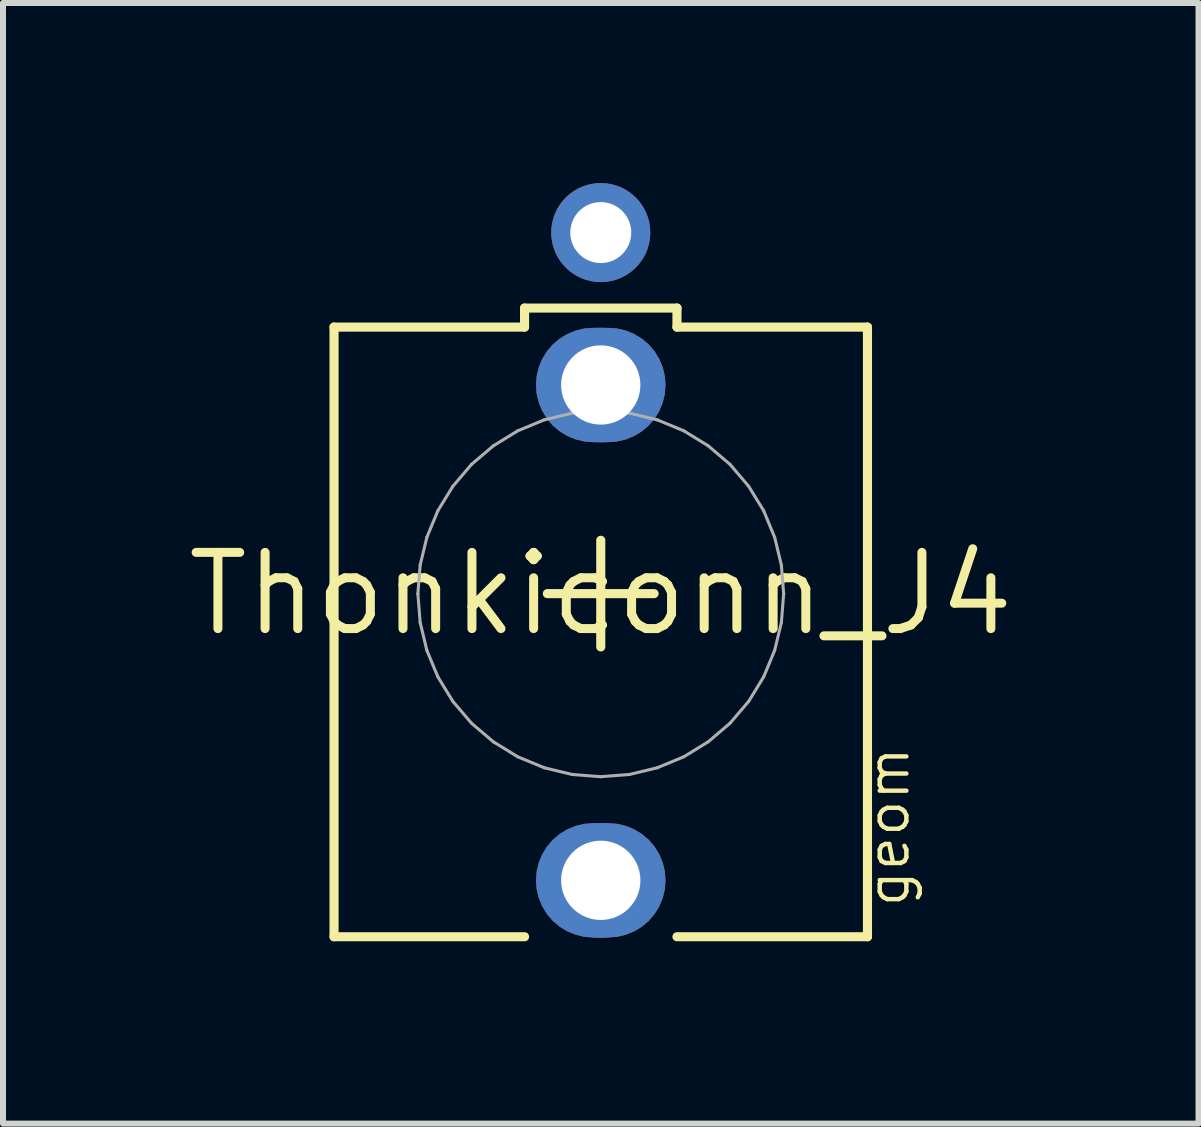
<source format=kicad_pcb>
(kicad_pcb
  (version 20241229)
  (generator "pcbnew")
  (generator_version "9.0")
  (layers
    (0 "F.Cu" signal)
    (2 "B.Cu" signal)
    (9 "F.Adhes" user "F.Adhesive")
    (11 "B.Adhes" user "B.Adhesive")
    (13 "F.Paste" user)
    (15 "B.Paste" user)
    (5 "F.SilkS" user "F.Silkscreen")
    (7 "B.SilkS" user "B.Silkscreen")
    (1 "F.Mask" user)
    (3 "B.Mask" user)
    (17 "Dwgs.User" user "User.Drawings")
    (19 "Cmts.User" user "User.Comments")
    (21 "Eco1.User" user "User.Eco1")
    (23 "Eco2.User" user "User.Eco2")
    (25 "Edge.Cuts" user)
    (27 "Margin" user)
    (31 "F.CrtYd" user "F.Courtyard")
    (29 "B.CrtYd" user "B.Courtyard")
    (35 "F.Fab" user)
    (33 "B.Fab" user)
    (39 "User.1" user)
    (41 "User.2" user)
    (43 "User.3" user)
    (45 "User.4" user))
  (footprint "Thonkiconn_J4"
    (layer "F.Cu")
    (at 6.962 6.846)
    (property "Reference" "Thonkiconn_J4" (at 0 0 0) (layer "F.SilkS") (effects (font (size 1.27 1.27) (thickness 0.15))))
    (fp_poly (pts (xy 0.276 -4.421) (xy 0.421 -4.386) (xy 0.559 -4.329) (xy 0.687 -4.251) (xy 0.801 -4.154) (xy 0.898 -4.04) (xy 0.976 -3.912) (xy 1.033 -3.774) (xy 1.068 -3.629) (xy 1.079 -3.48) (xy 1.068 -3.331) (xy 1.033 -3.186) (xy 0.976 -3.048) (xy 0.898 -2.92) (xy 0.801 -2.806) (xy 0.687 -2.709) (xy 0.559 -2.631) (xy 0.421 -2.574) (xy 0.276 -2.539) (xy 0.127 -2.527) (xy -0.127 -2.527) (xy -0.276 -2.539) (xy -0.421 -2.574) (xy -0.559 -2.631) (xy -0.687 -2.709) (xy -0.801 -2.806) (xy -0.898 -2.92) (xy -0.976 -3.048) (xy -1.033 -3.186) (xy -1.068 -3.331) (xy -1.079 -3.48) (xy -1.068 -3.629) (xy -1.033 -3.774) (xy -0.976 -3.912) (xy -0.898 -4.04) (xy -0.801 -4.154) (xy -0.687 -4.251) (xy -0.559 -4.329) (xy -0.421 -4.386) (xy -0.276 -4.421) (xy -0.127 -4.432) (xy 0.127 -4.432)) (stroke (width 0) (type default)) (fill yes) (layer "F.Cu"))
    (fp_poly (pts (xy 0.276 3.834) (xy 0.421 3.869) (xy 0.559 3.926) (xy 0.687 4.004) (xy 0.801 4.101) (xy 0.898 4.215) (xy 0.976 4.343) (xy 1.033 4.481) (xy 1.068 4.626) (xy 1.079 4.775) (xy 1.068 4.924) (xy 1.033 5.069) (xy 0.976 5.207) (xy 0.898 5.335) (xy 0.801 5.449) (xy 0.687 5.546) (xy 0.559 5.624) (xy 0.421 5.681) (xy 0.276 5.716) (xy 0.127 5.728) (xy -0.127 5.728) (xy -0.276 5.716) (xy -0.421 5.681) (xy -0.559 5.624) (xy -0.687 5.546) (xy -0.801 5.449) (xy -0.898 5.335) (xy -0.976 5.207) (xy -1.033 5.069) (xy -1.068 4.924) (xy -1.079 4.775) (xy -1.068 4.626) (xy -1.033 4.481) (xy -0.976 4.343) (xy -0.898 4.215) (xy -0.801 4.101) (xy -0.687 4.004) (xy -0.559 3.926) (xy -0.421 3.869) (xy -0.276 3.834) (xy -0.127 3.823) (xy 0.127 3.823)) (stroke (width 0) (type default)) (fill yes) (layer "F.Cu"))
    (fp_poly (pts (xy 0.292 -4.522) (xy 0.453 -4.483) (xy 0.606 -4.42) (xy 0.748 -4.334) (xy 0.873 -4.226) (xy 0.981 -4.1) (xy 1.067 -3.958) (xy 1.131 -3.806) (xy 1.169 -3.645) (xy 1.182 -3.48) (xy 1.169 -3.315) (xy 1.131 -3.154) (xy 1.067 -3.001) (xy 0.981 -2.859) (xy 0.873 -2.733) (xy 0.748 -2.626) (xy 0.606 -2.54) (xy 0.453 -2.476) (xy 0.292 -2.438) (xy 0.127 -2.425) (xy -0.127 -2.425) (xy -0.292 -2.438) (xy -0.453 -2.476) (xy -0.606 -2.54) (xy -0.748 -2.626) (xy -0.873 -2.733) (xy -0.981 -2.859) (xy -1.067 -3.001) (xy -1.131 -3.154) (xy -1.169 -3.315) (xy -1.182 -3.48) (xy -1.169 -3.645) (xy -1.131 -3.806) (xy -1.067 -3.958) (xy -0.981 -4.1) (xy -0.873 -4.226) (xy -0.748 -4.334) (xy -0.606 -4.42) (xy -0.453 -4.483) (xy -0.292 -4.522) (xy -0.127 -4.535) (xy 0.127 -4.535)) (stroke (width 0) (type default)) (fill yes) (layer "F.Mask"))
    (fp_poly (pts (xy 0.292 3.733) (xy 0.453 3.772) (xy 0.606 3.835) (xy 0.748 3.921) (xy 0.873 4.029) (xy 0.981 4.155) (xy 1.067 4.297) (xy 1.131 4.449) (xy 1.169 4.61) (xy 1.182 4.775) (xy 1.169 4.94) (xy 1.131 5.101) (xy 1.067 5.254) (xy 0.981 5.396) (xy 0.873 5.522) (xy 0.748 5.629) (xy 0.606 5.715) (xy 0.453 5.779) (xy 0.292 5.817) (xy 0.127 5.83) (xy -0.127 5.83) (xy -0.292 5.817) (xy -0.453 5.779) (xy -0.606 5.715) (xy -0.748 5.629) (xy -0.873 5.522) (xy -0.981 5.396) (xy -1.067 5.254) (xy -1.131 5.101) (xy -1.169 4.94) (xy -1.182 4.775) (xy -1.169 4.61) (xy -1.131 4.449) (xy -1.067 4.297) (xy -0.981 4.155) (xy -0.873 4.029) (xy -0.748 3.921) (xy -0.606 3.835) (xy -0.453 3.772) (xy -0.292 3.733) (xy -0.127 3.72) (xy 0.127 3.72)) (stroke (width 0) (type default)) (fill yes) (layer "F.Mask"))
    (fp_poly (pts (xy 0.276 -4.421) (xy 0.421 -4.386) (xy 0.559 -4.329) (xy 0.687 -4.251) (xy 0.801 -4.154) (xy 0.898 -4.04) (xy 0.976 -3.912) (xy 1.033 -3.774) (xy 1.068 -3.629) (xy 1.079 -3.48) (xy 1.068 -3.331) (xy 1.033 -3.186) (xy 0.976 -3.048) (xy 0.898 -2.92) (xy 0.801 -2.806) (xy 0.687 -2.709) (xy 0.559 -2.631) (xy 0.421 -2.574) (xy 0.276 -2.539) (xy 0.127 -2.527) (xy -0.127 -2.527) (xy -0.276 -2.539) (xy -0.421 -2.574) (xy -0.559 -2.631) (xy -0.687 -2.709) (xy -0.801 -2.806) (xy -0.898 -2.92) (xy -0.976 -3.048) (xy -1.033 -3.186) (xy -1.068 -3.331) (xy -1.079 -3.48) (xy -1.068 -3.629) (xy -1.033 -3.774) (xy -0.976 -3.912) (xy -0.898 -4.04) (xy -0.801 -4.154) (xy -0.687 -4.251) (xy -0.559 -4.329) (xy -0.421 -4.386) (xy -0.276 -4.421) (xy -0.127 -4.432) (xy 0.127 -4.432)) (stroke (width 0) (type default)) (fill yes) (layer "B.Cu"))
    (fp_poly (pts (xy 0.276 3.834) (xy 0.421 3.869) (xy 0.559 3.926) (xy 0.687 4.004) (xy 0.801 4.101) (xy 0.898 4.215) (xy 0.976 4.343) (xy 1.033 4.481) (xy 1.068 4.626) (xy 1.079 4.775) (xy 1.068 4.924) (xy 1.033 5.069) (xy 0.976 5.207) (xy 0.898 5.335) (xy 0.801 5.449) (xy 0.687 5.546) (xy 0.559 5.624) (xy 0.421 5.681) (xy 0.276 5.716) (xy 0.127 5.728) (xy -0.127 5.728) (xy -0.276 5.716) (xy -0.421 5.681) (xy -0.559 5.624) (xy -0.687 5.546) (xy -0.801 5.449) (xy -0.898 5.335) (xy -0.976 5.207) (xy -1.033 5.069) (xy -1.068 4.924) (xy -1.079 4.775) (xy -1.068 4.626) (xy -1.033 4.481) (xy -0.976 4.343) (xy -0.898 4.215) (xy -0.801 4.101) (xy -0.687 4.004) (xy -0.559 3.926) (xy -0.421 3.869) (xy -0.276 3.834) (xy -0.127 3.823) (xy 0.127 3.823)) (stroke (width 0) (type default)) (fill yes) (layer "B.Cu"))
    (fp_poly (pts (xy 0.292 -4.522) (xy 0.453 -4.483) (xy 0.606 -4.42) (xy 0.748 -4.334) (xy 0.873 -4.226) (xy 0.981 -4.1) (xy 1.067 -3.958) (xy 1.131 -3.806) (xy 1.169 -3.645) (xy 1.182 -3.48) (xy 1.169 -3.315) (xy 1.131 -3.154) (xy 1.067 -3.001) (xy 0.981 -2.859) (xy 0.873 -2.733) (xy 0.748 -2.626) (xy 0.606 -2.54) (xy 0.453 -2.476) (xy 0.292 -2.438) (xy 0.127 -2.425) (xy -0.127 -2.425) (xy -0.292 -2.438) (xy -0.453 -2.476) (xy -0.606 -2.54) (xy -0.748 -2.626) (xy -0.873 -2.733) (xy -0.981 -2.859) (xy -1.067 -3.001) (xy -1.131 -3.154) (xy -1.169 -3.315) (xy -1.182 -3.48) (xy -1.169 -3.645) (xy -1.131 -3.806) (xy -1.067 -3.958) (xy -0.981 -4.1) (xy -0.873 -4.226) (xy -0.748 -4.334) (xy -0.606 -4.42) (xy -0.453 -4.483) (xy -0.292 -4.522) (xy -0.127 -4.535) (xy 0.127 -4.535)) (stroke (width 0) (type default)) (fill yes) (layer "B.Mask"))
    (fp_poly (pts (xy 0.292 3.733) (xy 0.453 3.772) (xy 0.606 3.835) (xy 0.748 3.921) (xy 0.873 4.029) (xy 0.981 4.155) (xy 1.067 4.297) (xy 1.131 4.449) (xy 1.169 4.61) (xy 1.182 4.775) (xy 1.169 4.94) (xy 1.131 5.101) (xy 1.067 5.254) (xy 0.981 5.396) (xy 0.873 5.522) (xy 0.748 5.629) (xy 0.606 5.715) (xy 0.453 5.779) (xy 0.292 5.817) (xy 0.127 5.83) (xy -0.127 5.83) (xy -0.292 5.817) (xy -0.453 5.779) (xy -0.606 5.715) (xy -0.748 5.629) (xy -0.873 5.522) (xy -0.981 5.396) (xy -1.067 5.254) (xy -1.131 5.101) (xy -1.169 4.94) (xy -1.182 4.775) (xy -1.169 4.61) (xy -1.131 4.449) (xy -1.067 4.297) (xy -0.981 4.155) (xy -0.873 4.029) (xy -0.748 3.921) (xy -0.606 3.835) (xy -0.453 3.772) (xy -0.292 3.733) (xy -0.127 3.72) (xy 0.127 3.72)) (stroke (width 0) (type default)) (fill yes) (layer "B.Mask"))
    (fp_line (start -4.445 -4.445) (end -4.445 5.715) (stroke (width 0.152) (type solid)) (layer "F.SilkS"))
    (fp_line (start -1.27 -4.762) (end 1.27 -4.762) (stroke (width 0.152) (type solid)) (layer "F.SilkS"))
    (fp_line (start -1.27 -4.445) (end -4.445 -4.445) (stroke (width 0.152) (type solid)) (layer "F.SilkS"))
    (fp_line (start -1.27 -4.445) (end -1.27 -4.762) (stroke (width 0.152) (type solid)) (layer "F.SilkS"))
    (fp_line (start -1.27 5.715) (end -4.445 5.715) (stroke (width 0.152) (type solid)) (layer "F.SilkS"))
    (fp_line (start -0.89 -0.003) (end 0.889 -0.003) (stroke (width 0.152) (type solid)) (layer "F.SilkS"))
    (fp_line (start 0 0.885) (end 0 -0.892) (stroke (width 0.152) (type solid)) (layer "F.SilkS"))
    (fp_line (start 1.27 -4.762) (end 1.27 -4.445) (stroke (width 0.152) (type solid)) (layer "F.SilkS"))
    (fp_line (start 1.27 -4.445) (end 4.445 -4.445) (stroke (width 0.152) (type solid)) (layer "F.SilkS"))
    (fp_line (start 1.27 5.715) (end 4.445 5.715) (stroke (width 0.152) (type solid)) (layer "F.SilkS"))
    (fp_line (start 4.445 5.715) (end 4.445 -4.445) (stroke (width 0.152) (type solid)) (layer "F.SilkS"))
    (fp_line (start -3.048 -0.001) (end -3.048 0.001) (stroke (width 0.051) (type solid)) (layer "F.Fab"))
    (fp_line (start -3.048 0.001) (end -3.01 0.478) (stroke (width 0.051) (type solid)) (layer "F.Fab"))
    (fp_line (start -3.01 -0.478) (end -3.048 -0.001) (stroke (width 0.051) (type solid)) (layer "F.Fab"))
    (fp_line (start -3.01 0.478) (end -2.898 0.943) (stroke (width 0.051) (type solid)) (layer "F.Fab"))
    (fp_line (start -2.898 -0.942) (end -3.01 -0.478) (stroke (width 0.051) (type solid)) (layer "F.Fab"))
    (fp_line (start -2.898 0.943) (end -2.715 1.384) (stroke (width 0.051) (type solid)) (layer "F.Fab"))
    (fp_line (start -2.715 -1.384) (end -2.898 -0.942) (stroke (width 0.051) (type solid)) (layer "F.Fab"))
    (fp_line (start -2.715 1.384) (end -2.465 1.792) (stroke (width 0.051) (type solid)) (layer "F.Fab"))
    (fp_line (start -2.465 -1.792) (end -2.715 -1.384) (stroke (width 0.051) (type solid)) (layer "F.Fab"))
    (fp_line (start -2.465 1.792) (end -2.155 2.156) (stroke (width 0.051) (type solid)) (layer "F.Fab"))
    (fp_line (start -2.155 -2.156) (end -2.465 -1.792) (stroke (width 0.051) (type solid)) (layer "F.Fab"))
    (fp_line (start -2.155 2.156) (end -1.791 2.466) (stroke (width 0.051) (type solid)) (layer "F.Fab"))
    (fp_line (start -1.791 -2.466) (end -2.155 -2.156) (stroke (width 0.051) (type solid)) (layer "F.Fab"))
    (fp_line (start -1.791 2.466) (end -1.384 2.716) (stroke (width 0.051) (type solid)) (layer "F.Fab"))
    (fp_line (start -1.384 -2.716) (end -1.791 -2.466) (stroke (width 0.051) (type solid)) (layer "F.Fab"))
    (fp_line (start -1.384 2.716) (end -0.942 2.899) (stroke (width 0.051) (type solid)) (layer "F.Fab"))
    (fp_line (start -0.942 -2.899) (end -1.384 -2.716) (stroke (width 0.051) (type solid)) (layer "F.Fab"))
    (fp_line (start -0.942 2.899) (end -0.477 3.011) (stroke (width 0.051) (type solid)) (layer "F.Fab"))
    (fp_line (start -0.477 -3.011) (end -0.942 -2.899) (stroke (width 0.051) (type solid)) (layer "F.Fab"))
    (fp_line (start -0.477 3.011) (end 0 3.048) (stroke (width 0.051) (type solid)) (layer "F.Fab"))
    (fp_line (start 0 -3.048) (end -0.477 -3.011) (stroke (width 0.051) (type solid)) (layer "F.Fab"))
    (fp_line (start 0 3.048) (end 0.477 3.011) (stroke (width 0.051) (type solid)) (layer "F.Fab"))
    (fp_line (start 0.477 -3.011) (end 0 -3.048) (stroke (width 0.051) (type solid)) (layer "F.Fab"))
    (fp_line (start 0.477 3.011) (end 0.942 2.899) (stroke (width 0.051) (type solid)) (layer "F.Fab"))
    (fp_line (start 0.942 -2.899) (end 0.477 -3.011) (stroke (width 0.051) (type solid)) (layer "F.Fab"))
    (fp_line (start 0.942 2.899) (end 1.384 2.716) (stroke (width 0.051) (type solid)) (layer "F.Fab"))
    (fp_line (start 1.384 -2.716) (end 0.942 -2.899) (stroke (width 0.051) (type solid)) (layer "F.Fab"))
    (fp_line (start 1.384 2.716) (end 1.791 2.466) (stroke (width 0.051) (type solid)) (layer "F.Fab"))
    (fp_line (start 1.791 -2.466) (end 1.384 -2.716) (stroke (width 0.051) (type solid)) (layer "F.Fab"))
    (fp_line (start 1.791 2.466) (end 2.155 2.156) (stroke (width 0.051) (type solid)) (layer "F.Fab"))
    (fp_line (start 2.155 -2.156) (end 1.791 -2.466) (stroke (width 0.051) (type solid)) (layer "F.Fab"))
    (fp_line (start 2.155 2.156) (end 2.465 1.792) (stroke (width 0.051) (type solid)) (layer "F.Fab"))
    (fp_line (start 2.465 -1.792) (end 2.155 -2.156) (stroke (width 0.051) (type solid)) (layer "F.Fab"))
    (fp_line (start 2.465 1.792) (end 2.715 1.384) (stroke (width 0.051) (type solid)) (layer "F.Fab"))
    (fp_line (start 2.715 -1.384) (end 2.465 -1.792) (stroke (width 0.051) (type solid)) (layer "F.Fab"))
    (fp_line (start 2.715 1.384) (end 2.898 0.943) (stroke (width 0.051) (type solid)) (layer "F.Fab"))
    (fp_line (start 2.898 -0.942) (end 2.715 -1.384) (stroke (width 0.051) (type solid)) (layer "F.Fab"))
    (fp_line (start 2.898 0.943) (end 3.01 0.478) (stroke (width 0.051) (type solid)) (layer "F.Fab"))
    (fp_line (start 3.01 -0.478) (end 2.898 -0.942) (stroke (width 0.051) (type solid)) (layer "F.Fab"))
    (fp_line (start 3.01 0.478) (end 3.048 0.001) (stroke (width 0.051) (type solid)) (layer "F.Fab"))
    (fp_line (start 3.048 -0.001) (end 3.01 -0.478) (stroke (width 0.051) (type solid)) (layer "F.Fab"))
    (fp_line (start 3.048 0.001) (end 3.048 -0.001) (stroke (width 0.051) (type solid)) (layer "F.Fab"))
    (fp_text user "geom" (at 4.399 5.264 90) (unlocked yes) (layer "F.SilkS") (effects (font (size 0.666 0.666) (thickness 0.074)) (justify left top)))
    (pad "1" thru_hole circle (at 0 -3.48) (size 1.905 1.905) (drill 1.321) (layers "*.Cu"))
    (pad "2" thru_hole circle (at 0 4.775) (size 1.905 1.905) (drill 1.321) (layers "*.Cu"))
    (pad "3" thru_hole circle (at 0 -6.02) (size 1.651 1.651) (drill 1.016) (layers "*.Cu" "*.Mask"))
    (zone (net_name "") (layer "F.Cu") (hatch edge 0.5) (connect_pads) (min_thickness 0.25) (filled_areas_thickness no) (keepout (tracks not_allowed) (vias not_allowed) (pads not_allowed) (copperpour not_allowed) (footprints allowed)) (placement (enabled no)) (fill) (polygon (pts (xy 8.204 6.845) (xy 8.184 6.623) (xy 8.125 6.408) (xy 8.028 6.207) (xy 7.897 6.027) (xy 7.736 5.873) (xy 7.551 5.751) (xy 7.346 5.663) (xy 7.129 5.614) (xy 6.906 5.604) (xy 6.686 5.634) (xy 6.474 5.702) (xy 6.278 5.808) (xy 6.104 5.947) (xy 5.957 6.114) (xy 5.843 6.306) (xy 5.765 6.514) (xy 5.725 6.733) (xy 5.725 6.956) (xy 5.765 7.175) (xy 5.843 7.383) (xy 5.957 7.575) (xy 6.104 7.742) (xy 6.278 7.881) (xy 6.474 7.987) (xy 6.686 8.055) (xy 6.906 8.085) (xy 7.129 8.075) (xy 7.346 8.026) (xy 7.551 7.938) (xy 7.736 7.816) (xy 7.897 7.662) (xy 8.028 7.482) (xy 8.125 7.281) (xy 8.184 7.066))) (polygon (pts (xy 7.954 6.845) (xy 7.934 6.645) (xy 7.874 6.453) (xy 7.776 6.278) (xy 7.646 6.126) (xy 7.487 6.003) (xy 7.307 5.914) (xy 7.112 5.864) (xy 6.912 5.854) (xy 6.713 5.884) (xy 6.525 5.954) (xy 6.355 6.06) (xy 6.209 6.198) (xy 6.095 6.363) (xy 6.016 6.548) (xy 5.975 6.744) (xy 5.975 6.945) (xy 6.016 7.141) (xy 6.095 7.326) (xy 6.209 7.491) (xy 6.355 7.629) (xy 6.525 7.735) (xy 6.713 7.805) (xy 6.912 7.835) (xy 7.112 7.825) (xy 7.307 7.775) (xy 7.487 7.686) (xy 7.646 7.563) (xy 7.776 7.411) (xy 7.874 7.236) (xy 7.934 7.044)))))
  (gr_rect
    (start -3 -3)
    (end 16.924 15.675)
    (stroke (width 0.1) (type default))
    (fill no)
    (layer "Edge.Cuts")))
</source>
